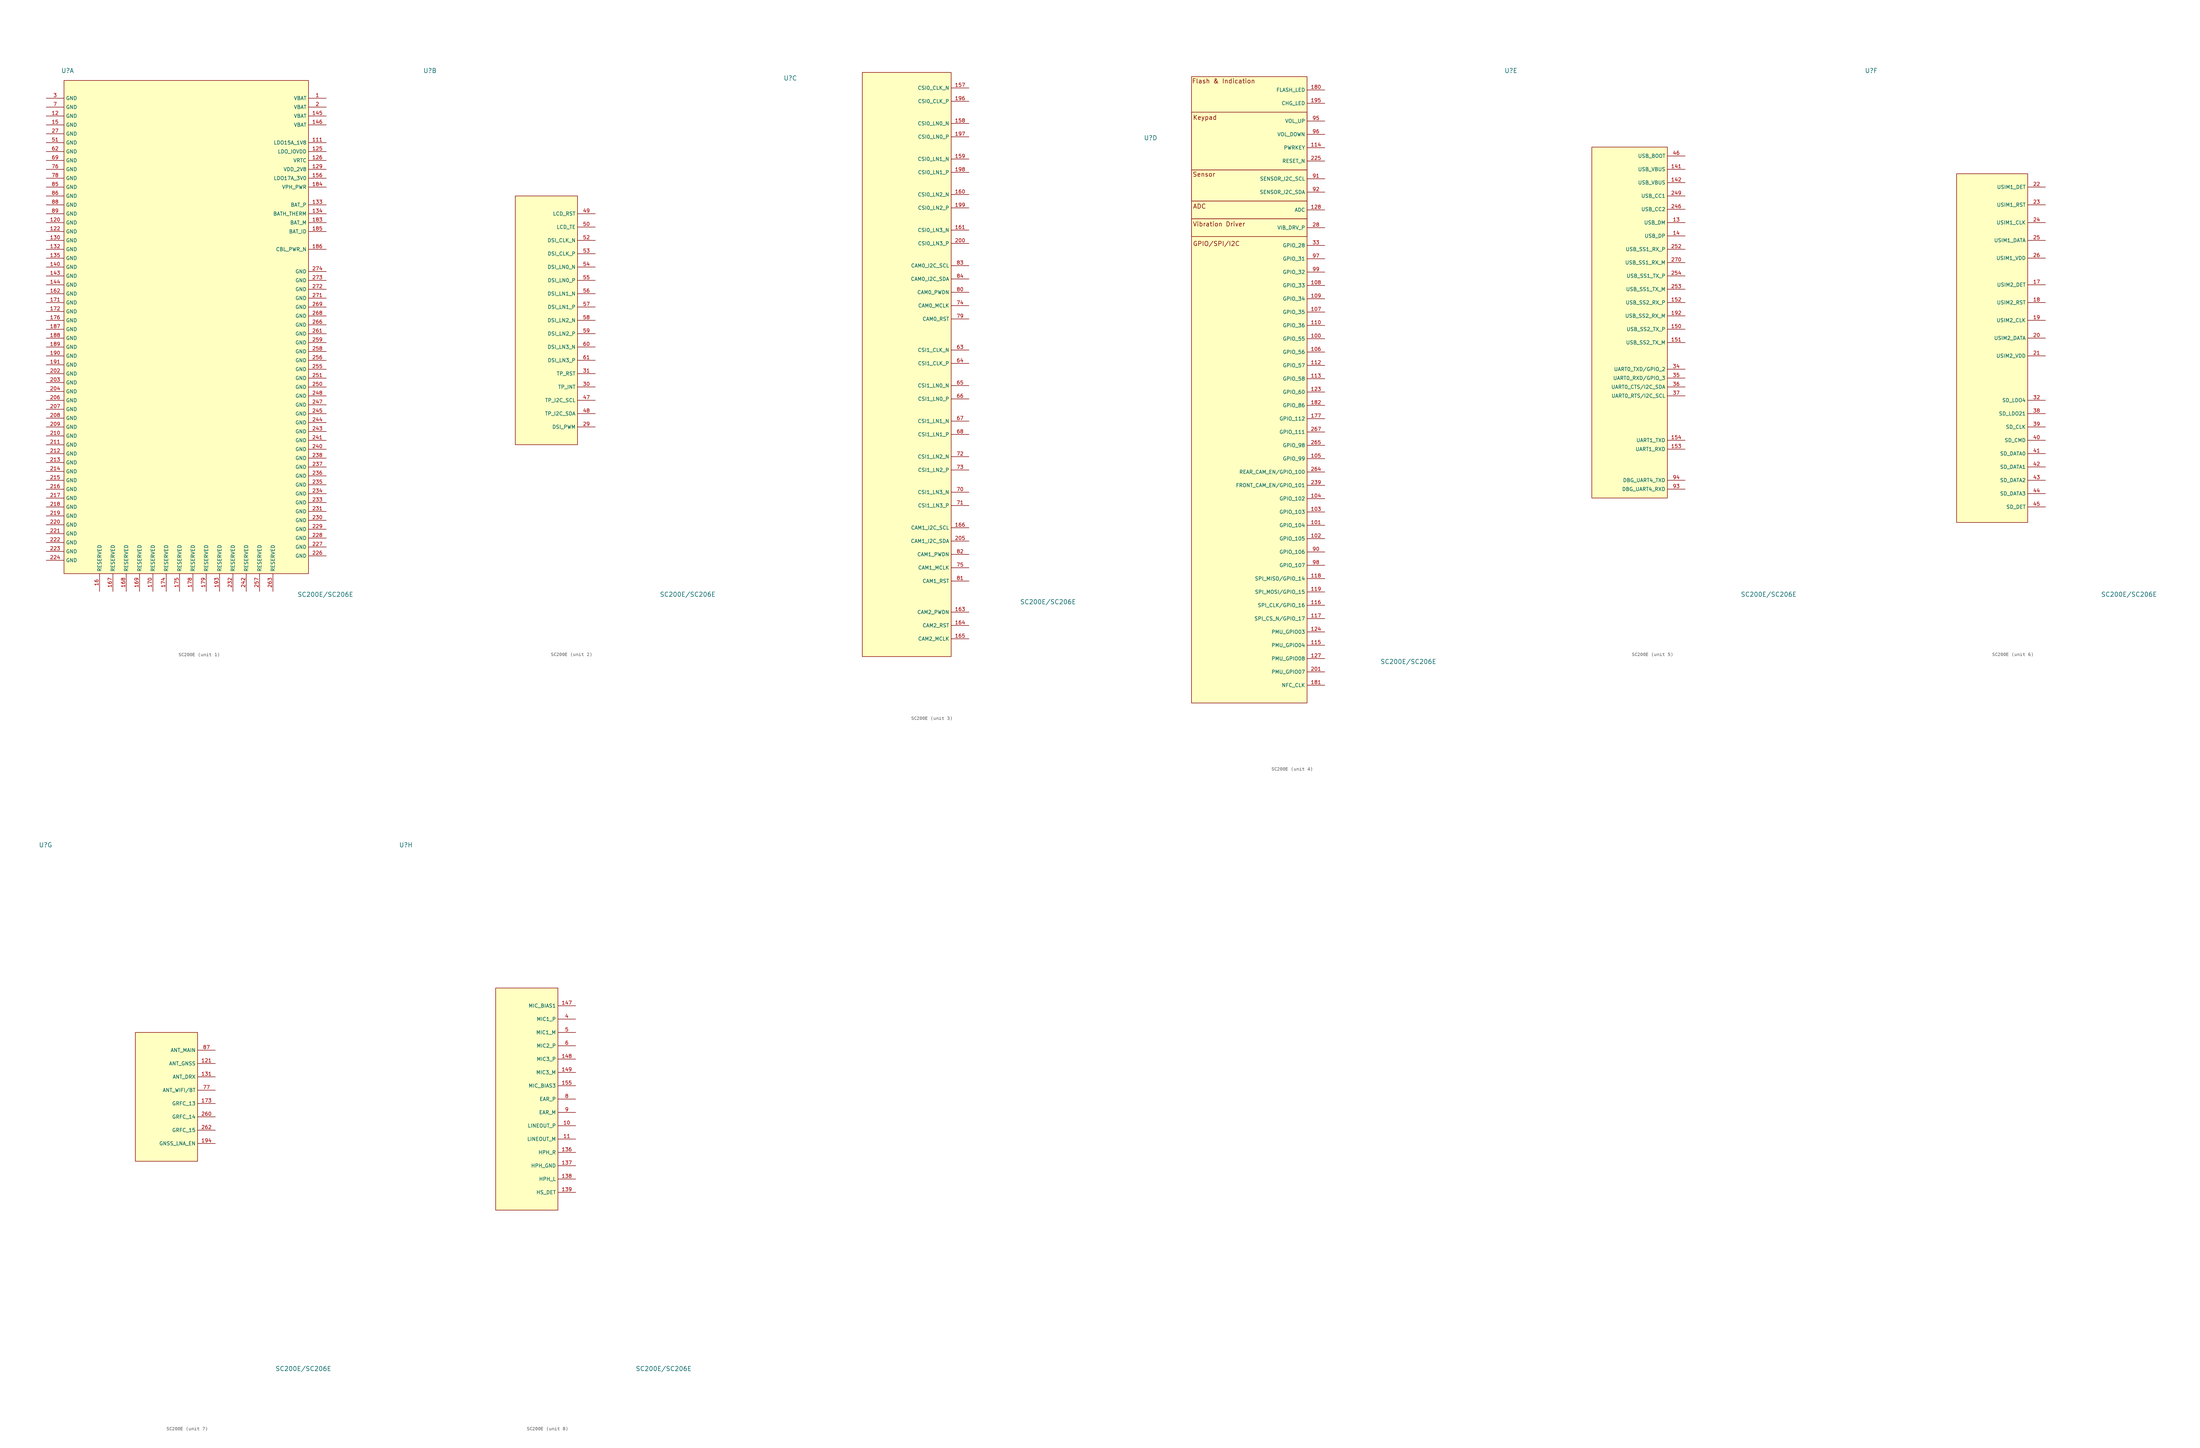
<source format=kicad_sym>
(kicad_symbol_lib
  (version 20241209)
  (generator "kicad_symbol_editor")
  (generator_version "9.0")
  (symbol "SC200E"
    (property "Reference" "U"
      (at -34.544 72.644 0)
      (effects (font (size 1.27 1.27))))
    (property "Value" "SC200E/SC206E"
      (at 39.116 -77.089 0)
      (effects (font (size 1.27 1.27))))
    (property "ki_locked" ""
      (at 0 0 0)
      (effects (font (size 1.27 1.27))))
    (symbol "SC200E_1_0"
      (unit_name "Power")
      (pin passive line (at -40.64 64.77 0) (length 5.08) (name "GND" (effects (font (size 1.016 1.016)))) (number "3" (effects (font (size 1.016 1.016)))))
      (pin passive line (at -40.64 62.23 0) (length 5.08) (name "GND" (effects (font (size 1.016 1.016)))) (number "7" (effects (font (size 1.016 1.016)))))
      (pin passive line (at -40.64 59.69 0) (length 5.08) (name "GND" (effects (font (size 1.016 1.016)))) (number "12" (effects (font (size 1.016 1.016)))))
      (pin passive line (at -40.64 57.15 0) (length 5.08) (name "GND" (effects (font (size 1.016 1.016)))) (number "15" (effects (font (size 1.016 1.016)))))
      (pin passive line (at -40.64 54.61 0) (length 5.08) (name "GND" (effects (font (size 1.016 1.016)))) (number "27" (effects (font (size 1.016 1.016)))))
      (pin passive line (at -40.64 52.07 0) (length 5.08) (name "GND" (effects (font (size 1.016 1.016)))) (number "51" (effects (font (size 1.016 1.016)))))
      (pin passive line (at -40.64 49.53 0) (length 5.08) (name "GND" (effects (font (size 1.016 1.016)))) (number "62" (effects (font (size 1.016 1.016)))))
      (pin passive line (at -40.64 46.99 0) (length 5.08) (name "GND" (effects (font (size 1.016 1.016)))) (number "69" (effects (font (size 1.016 1.016)))))
      (pin passive line (at -40.64 44.45 0) (length 5.08) (name "GND" (effects (font (size 1.016 1.016)))) (number "76" (effects (font (size 1.016 1.016)))))
      (pin passive line (at -40.64 41.91 0) (length 5.08) (name "GND" (effects (font (size 1.016 1.016)))) (number "78" (effects (font (size 1.016 1.016)))))
      (pin passive line (at -40.64 39.37 0) (length 5.08) (name "GND" (effects (font (size 1.016 1.016)))) (number "85" (effects (font (size 1.016 1.016)))))
      (pin passive line (at -40.64 36.83 0) (length 5.08) (name "GND" (effects (font (size 1.016 1.016)))) (number "86" (effects (font (size 1.016 1.016)))))
      (pin passive line (at -40.64 34.29 0) (length 5.08) (name "GND" (effects (font (size 1.016 1.016)))) (number "88" (effects (font (size 1.016 1.016)))))
      (pin passive line (at -40.64 31.75 0) (length 5.08) (name "GND" (effects (font (size 1.016 1.016)))) (number "89" (effects (font (size 1.016 1.016)))))
      (pin passive line (at -40.64 29.21 0) (length 5.08) (name "GND" (effects (font (size 1.016 1.016)))) (number "120" (effects (font (size 1.016 1.016)))))
      (pin passive line (at -40.64 26.67 0) (length 5.08) (name "GND" (effects (font (size 1.016 1.016)))) (number "122" (effects (font (size 1.016 1.016)))))
      (pin passive line (at -40.64 24.13 0) (length 5.08) (name "GND" (effects (font (size 1.016 1.016)))) (number "130" (effects (font (size 1.016 1.016)))))
      (pin passive line (at -40.64 21.59 0) (length 5.08) (name "GND" (effects (font (size 1.016 1.016)))) (number "132" (effects (font (size 1.016 1.016)))))
      (pin passive line (at -40.64 19.05 0) (length 5.08) (name "GND" (effects (font (size 1.016 1.016)))) (number "135" (effects (font (size 1.016 1.016)))))
      (pin passive line (at -40.64 16.51 0) (length 5.08) (name "GND" (effects (font (size 1.016 1.016)))) (number "140" (effects (font (size 1.016 1.016)))))
      (pin passive line (at -40.64 13.97 0) (length 5.08) (name "GND" (effects (font (size 1.016 1.016)))) (number "143" (effects (font (size 1.016 1.016)))))
      (pin passive line (at -40.64 11.43 0) (length 5.08) (name "GND" (effects (font (size 1.016 1.016)))) (number "144" (effects (font (size 1.016 1.016)))))
      (pin passive line (at -40.64 8.89 0) (length 5.08) (name "GND" (effects (font (size 1.016 1.016)))) (number "162" (effects (font (size 1.016 1.016)))))
      (pin passive line (at -40.64 6.35 0) (length 5.08) (name "GND" (effects (font (size 1.016 1.016)))) (number "171" (effects (font (size 1.016 1.016)))))
      (pin passive line (at -40.64 3.81 0) (length 5.08) (name "GND" (effects (font (size 1.016 1.016)))) (number "172" (effects (font (size 1.016 1.016)))))
      (pin passive line (at -40.64 1.27 0) (length 5.08) (name "GND" (effects (font (size 1.016 1.016)))) (number "176" (effects (font (size 1.016 1.016)))))
      (pin passive line (at -40.64 -1.27 0) (length 5.08) (name "GND" (effects (font (size 1.016 1.016)))) (number "187" (effects (font (size 1.016 1.016)))))
      (pin passive line (at -40.64 -3.81 0) (length 5.08) (name "GND" (effects (font (size 1.016 1.016)))) (number "188" (effects (font (size 1.016 1.016)))))
      (pin passive line (at -40.64 -6.35 0) (length 5.08) (name "GND" (effects (font (size 1.016 1.016)))) (number "189" (effects (font (size 1.016 1.016)))))
      (pin passive line (at -40.64 -8.89 0) (length 5.08) (name "GND" (effects (font (size 1.016 1.016)))) (number "190" (effects (font (size 1.016 1.016)))))
      (pin passive line (at -40.64 -11.43 0) (length 5.08) (name "GND" (effects (font (size 1.016 1.016)))) (number "191" (effects (font (size 1.016 1.016)))))
      (pin passive line (at -40.64 -13.97 0) (length 5.08) (name "GND" (effects (font (size 1.016 1.016)))) (number "202" (effects (font (size 1.016 1.016)))))
      (pin passive line (at -40.64 -16.51 0) (length 5.08) (name "GND" (effects (font (size 1.016 1.016)))) (number "203" (effects (font (size 1.016 1.016)))))
      (pin passive line (at -40.64 -19.05 0) (length 5.08) (name "GND" (effects (font (size 1.016 1.016)))) (number "204" (effects (font (size 1.016 1.016)))))
      (pin passive line (at -40.64 -21.59 0) (length 5.08) (name "GND" (effects (font (size 1.016 1.016)))) (number "206" (effects (font (size 1.016 1.016)))))
      (pin passive line (at -40.64 -24.13 0) (length 5.08) (name "GND" (effects (font (size 1.016 1.016)))) (number "207" (effects (font (size 1.016 1.016)))))
      (pin passive line (at -40.64 -26.67 0) (length 5.08) (name "GND" (effects (font (size 1.016 1.016)))) (number "208" (effects (font (size 1.016 1.016)))))
      (pin passive line (at -40.64 -29.21 0) (length 5.08) (name "GND" (effects (font (size 1.016 1.016)))) (number "209" (effects (font (size 1.016 1.016)))))
      (pin passive line (at -40.64 -31.75 0) (length 5.08) (name "GND" (effects (font (size 1.016 1.016)))) (number "210" (effects (font (size 1.016 1.016)))))
      (pin passive line (at -40.64 -34.29 0) (length 5.08) (name "GND" (effects (font (size 1.016 1.016)))) (number "211" (effects (font (size 1.016 1.016)))))
      (pin passive line (at -40.64 -36.83 0) (length 5.08) (name "GND" (effects (font (size 1.016 1.016)))) (number "212" (effects (font (size 1.016 1.016)))))
      (pin passive line (at -40.64 -39.37 0) (length 5.08) (name "GND" (effects (font (size 1.016 1.016)))) (number "213" (effects (font (size 1.016 1.016)))))
      (pin passive line (at -40.64 -41.91 0) (length 5.08) (name "GND" (effects (font (size 1.016 1.016)))) (number "214" (effects (font (size 1.016 1.016)))))
      (pin passive line (at -40.64 -44.45 0) (length 5.08) (name "GND" (effects (font (size 1.016 1.016)))) (number "215" (effects (font (size 1.016 1.016)))))
      (pin passive line (at -40.64 -46.99 0) (length 5.08) (name "GND" (effects (font (size 1.016 1.016)))) (number "216" (effects (font (size 1.016 1.016)))))
      (pin passive line (at -40.64 -49.53 0) (length 5.08) (name "GND" (effects (font (size 1.016 1.016)))) (number "217" (effects (font (size 1.016 1.016)))))
      (pin passive line (at -40.64 -52.07 0) (length 5.08) (name "GND" (effects (font (size 1.016 1.016)))) (number "218" (effects (font (size 1.016 1.016)))))
      (pin passive line (at -40.64 -54.61 0) (length 5.08) (name "GND" (effects (font (size 1.016 1.016)))) (number "219" (effects (font (size 1.016 1.016)))))
      (pin passive line (at -40.64 -57.15 0) (length 5.08) (name "GND" (effects (font (size 1.016 1.016)))) (number "220" (effects (font (size 1.016 1.016)))))
      (pin passive line (at -40.64 -59.69 0) (length 5.08) (name "GND" (effects (font (size 1.016 1.016)))) (number "221" (effects (font (size 1.016 1.016)))))
      (pin passive line (at -40.64 -62.23 0) (length 5.08) (name "GND" (effects (font (size 1.016 1.016)))) (number "222" (effects (font (size 1.016 1.016)))))
      (pin passive line (at -40.64 -64.77 0) (length 5.08) (name "GND" (effects (font (size 1.016 1.016)))) (number "223" (effects (font (size 1.016 1.016)))))
      (pin passive line (at -40.64 -67.31 0) (length 5.08) (name "GND" (effects (font (size 1.016 1.016)))) (number "224" (effects (font (size 1.016 1.016)))))
      (pin passive line (at -25.4 -76.2 90) (length 5.08) (name "RESERVED" (effects (font (size 1.016 1.016)))) (number "16" (effects (font (size 1.016 1.016)))))
      (pin passive line (at -21.59 -76.2 90) (length 5.08) (name "RESERVED" (effects (font (size 1.016 1.016)))) (number "167" (effects (font (size 1.016 1.016)))))
      (pin passive line (at -17.78 -76.2 90) (length 5.08) (name "RESERVED" (effects (font (size 1.016 1.016)))) (number "168" (effects (font (size 1.016 1.016)))))
      (pin passive line (at -13.97 -76.2 90) (length 5.08) (name "RESERVED" (effects (font (size 1.016 1.016)))) (number "169" (effects (font (size 1.016 1.016)))))
      (pin passive line (at -10.16 -76.2 90) (length 5.08) (name "RESERVED" (effects (font (size 1.016 1.016)))) (number "170" (effects (font (size 1.016 1.016)))))
      (pin passive line (at -6.35 -76.2 90) (length 5.08) (name "RESERVED" (effects (font (size 1.016 1.016)))) (number "174" (effects (font (size 1.016 1.016)))))
      (pin passive line (at -2.54 -76.2 90) (length 5.08) (name "RESERVED" (effects (font (size 1.016 1.016)))) (number "175" (effects (font (size 1.016 1.016)))))
      (pin passive line (at 1.27 -76.2 90) (length 5.08) (name "RESERVED" (effects (font (size 1.016 1.016)))) (number "178" (effects (font (size 1.016 1.016)))))
      (pin passive line (at 5.08 -76.2 90) (length 5.08) (name "RESERVED" (effects (font (size 1.016 1.016)))) (number "179" (effects (font (size 1.016 1.016)))))
      (pin passive line (at 8.89 -76.2 90) (length 5.08) (name "RESERVED" (effects (font (size 1.016 1.016)))) (number "193" (effects (font (size 1.016 1.016)))))
      (pin passive line (at 12.7 -76.2 90) (length 5.08) (name "RESERVED" (effects (font (size 1.016 1.016)))) (number "232" (effects (font (size 1.016 1.016)))))
      (pin passive line (at 16.51 -76.2 90) (length 5.08) (name "RESERVED" (effects (font (size 1.016 1.016)))) (number "242" (effects (font (size 1.016 1.016)))))
      (pin passive line (at 20.32 -76.2 90) (length 5.08) (name "RESERVED" (effects (font (size 1.016 1.016)))) (number "257" (effects (font (size 1.016 1.016)))))
      (pin passive line (at 24.13 -76.2 90) (length 5.08) (name "RESERVED" (effects (font (size 1.016 1.016)))) (number "263" (effects (font (size 1.016 1.016)))))
      (pin power_in line (at 39.37 64.77 180) (length 5.08) (name "VBAT" (effects (font (size 1.016 1.016)))) (number "1" (effects (font (size 1.016 1.016)))))
      (pin power_in line (at 39.37 62.23 180) (length 5.08) (name "VBAT" (effects (font (size 1.016 1.016)))) (number "2" (effects (font (size 1.016 1.016)))))
      (pin power_in line (at 39.37 59.69 180) (length 5.08) (name "VBAT" (effects (font (size 1.016 1.016)))) (number "145" (effects (font (size 1.016 1.016)))))
      (pin power_in line (at 39.37 57.15 180) (length 5.08) (name "VBAT" (effects (font (size 1.016 1.016)))) (number "146" (effects (font (size 1.016 1.016)))))
      (pin power_out line (at 39.37 52.07 180) (length 5.08) (name "LDO15A_1V8" (effects (font (size 1.016 1.016)))) (number "111" (effects (font (size 1.016 1.016)))))
      (pin power_out line (at 39.37 49.53 180) (length 5.08) (name "LDO_IOVDD" (effects (font (size 1.016 1.016)))) (number "125" (effects (font (size 1.016 1.016)))))
      (pin power_in line (at 39.37 46.99 180) (length 5.08) (name "VRTC" (effects (font (size 1.016 1.016)))) (number "126" (effects (font (size 1.016 1.016)))))
      (pin power_out line (at 39.37 44.45 180) (length 5.08) (name "VDD_2V8" (effects (font (size 1.016 1.016)))) (number "129" (effects (font (size 1.016 1.016)))))
      (pin power_out line (at 39.37 41.91 180) (length 5.08) (name "LDO17A_3V0" (effects (font (size 1.016 1.016)))) (number "156" (effects (font (size 1.016 1.016)))))
      (pin power_out line (at 39.37 39.37 180) (length 5.08) (name "VPH_PWR" (effects (font (size 1.016 1.016)))) (number "184" (effects (font (size 1.016 1.016)))))
      (pin passive line (at 39.37 34.29 180) (length 5.08) (name "BAT_P" (effects (font (size 1.016 1.016)))) (number "133" (effects (font (size 1.016 1.016)))))
      (pin input line (at 39.37 31.75 180) (length 5.08) (name "BATH_THERM" (effects (font (size 1.016 1.016)))) (number "134" (effects (font (size 1.016 1.016)))))
      (pin passive line (at 39.37 29.21 180) (length 5.08) (name "BAT_M" (effects (font (size 1.016 1.016)))) (number "183" (effects (font (size 1.016 1.016)))))
      (pin input line (at 39.37 26.67 180) (length 5.08) (name "BAT_ID" (effects (font (size 1.016 1.016)))) (number "185" (effects (font (size 1.016 1.016)))))
      (pin passive line (at 39.37 21.59 180) (length 5.08) (name "CBL_PWR_N" (effects (font (size 1.016 1.016)))) (number "186" (effects (font (size 1.016 1.016)))))
      (pin passive line (at 39.37 15.24 180) (length 5.08) (name "GND" (effects (font (size 1.016 1.016)))) (number "274" (effects (font (size 1.016 1.016)))))
      (pin passive line (at 39.37 12.7 180) (length 5.08) (name "GND" (effects (font (size 1.016 1.016)))) (number "273" (effects (font (size 1.016 1.016)))))
      (pin passive line (at 39.37 10.16 180) (length 5.08) (name "GND" (effects (font (size 1.016 1.016)))) (number "272" (effects (font (size 1.016 1.016)))))
      (pin passive line (at 39.37 7.62 180) (length 5.08) (name "GND" (effects (font (size 1.016 1.016)))) (number "271" (effects (font (size 1.016 1.016)))))
      (pin passive line (at 39.37 5.08 180) (length 5.08) (name "GND" (effects (font (size 1.016 1.016)))) (number "269" (effects (font (size 1.016 1.016)))))
      (pin passive line (at 39.37 2.54 180) (length 5.08) (name "GND" (effects (font (size 1.016 1.016)))) (number "268" (effects (font (size 1.016 1.016)))))
      (pin passive line (at 39.37 0 180) (length 5.08) (name "GND" (effects (font (size 1.016 1.016)))) (number "266" (effects (font (size 1.016 1.016)))))
      (pin passive line (at 39.37 -2.54 180) (length 5.08) (name "GND" (effects (font (size 1.016 1.016)))) (number "261" (effects (font (size 1.016 1.016)))))
      (pin passive line (at 39.37 -5.08 180) (length 5.08) (name "GND" (effects (font (size 1.016 1.016)))) (number "259" (effects (font (size 1.016 1.016)))))
      (pin passive line (at 39.37 -7.62 180) (length 5.08) (name "GND" (effects (font (size 1.016 1.016)))) (number "258" (effects (font (size 1.016 1.016)))))
      (pin passive line (at 39.37 -10.16 180) (length 5.08) (name "GND" (effects (font (size 1.016 1.016)))) (number "256" (effects (font (size 1.016 1.016)))))
      (pin passive line (at 39.37 -12.7 180) (length 5.08) (name "GND" (effects (font (size 1.016 1.016)))) (number "255" (effects (font (size 1.016 1.016)))))
      (pin passive line (at 39.37 -15.24 180) (length 5.08) (name "GND" (effects (font (size 1.016 1.016)))) (number "251" (effects (font (size 1.016 1.016)))))
      (pin passive line (at 39.37 -17.78 180) (length 5.08) (name "GND" (effects (font (size 1.016 1.016)))) (number "250" (effects (font (size 1.016 1.016)))))
      (pin passive line (at 39.37 -20.32 180) (length 5.08) (name "GND" (effects (font (size 1.016 1.016)))) (number "248" (effects (font (size 1.016 1.016)))))
      (pin passive line (at 39.37 -22.86 180) (length 5.08) (name "GND" (effects (font (size 1.016 1.016)))) (number "247" (effects (font (size 1.016 1.016)))))
      (pin passive line (at 39.37 -25.4 180) (length 5.08) (name "GND" (effects (font (size 1.016 1.016)))) (number "245" (effects (font (size 1.016 1.016)))))
      (pin passive line (at 39.37 -27.94 180) (length 5.08) (name "GND" (effects (font (size 1.016 1.016)))) (number "244" (effects (font (size 1.016 1.016)))))
      (pin passive line (at 39.37 -30.48 180) (length 5.08) (name "GND" (effects (font (size 1.016 1.016)))) (number "243" (effects (font (size 1.016 1.016)))))
      (pin passive line (at 39.37 -33.02 180) (length 5.08) (name "GND" (effects (font (size 1.016 1.016)))) (number "241" (effects (font (size 1.016 1.016)))))
      (pin passive line (at 39.37 -35.56 180) (length 5.08) (name "GND" (effects (font (size 1.016 1.016)))) (number "240" (effects (font (size 1.016 1.016)))))
      (pin passive line (at 39.37 -38.1 180) (length 5.08) (name "GND" (effects (font (size 1.016 1.016)))) (number "238" (effects (font (size 1.016 1.016)))))
      (pin passive line (at 39.37 -40.64 180) (length 5.08) (name "GND" (effects (font (size 1.016 1.016)))) (number "237" (effects (font (size 1.016 1.016)))))
      (pin passive line (at 39.37 -43.18 180) (length 5.08) (name "GND" (effects (font (size 1.016 1.016)))) (number "236" (effects (font (size 1.016 1.016)))))
      (pin passive line (at 39.37 -45.72 180) (length 5.08) (name "GND" (effects (font (size 1.016 1.016)))) (number "235" (effects (font (size 1.016 1.016)))))
      (pin passive line (at 39.37 -48.26 180) (length 5.08) (name "GND" (effects (font (size 1.016 1.016)))) (number "234" (effects (font (size 1.016 1.016)))))
      (pin passive line (at 39.37 -50.8 180) (length 5.08) (name "GND" (effects (font (size 1.016 1.016)))) (number "233" (effects (font (size 1.016 1.016)))))
      (pin passive line (at 39.37 -53.34 180) (length 5.08) (name "GND" (effects (font (size 1.016 1.016)))) (number "231" (effects (font (size 1.016 1.016)))))
      (pin passive line (at 39.37 -55.88 180) (length 5.08) (name "GND" (effects (font (size 1.016 1.016)))) (number "230" (effects (font (size 1.016 1.016)))))
      (pin passive line (at 39.37 -58.42 180) (length 5.08) (name "GND" (effects (font (size 1.016 1.016)))) (number "229" (effects (font (size 1.016 1.016)))))
      (pin passive line (at 39.37 -60.96 180) (length 5.08) (name "GND" (effects (font (size 1.016 1.016)))) (number "228" (effects (font (size 1.016 1.016)))))
      (pin passive line (at 39.37 -63.5 180) (length 5.08) (name "GND" (effects (font (size 1.016 1.016)))) (number "227" (effects (font (size 1.016 1.016)))))
      (pin passive line (at 39.37 -66.04 180) (length 5.08) (name "GND" (effects (font (size 1.016 1.016)))) (number "226" (effects (font (size 1.016 1.016))))))
    (symbol "SC200E_1_1"
      (unit_name "Power")
      (rectangle (start -35.56 69.85) (end 34.29 -71.12) (stroke (width 0) (type default)) (fill (type background))))
    (symbol "SC200E_2_1"
      (unit_name "Display")
      (rectangle (start -10.16 36.83) (end 7.62 -34.29) (stroke (width 0) (type default)) (fill (type background)))
      (pin passive line (at 12.7 31.75 180) (length 5.08) (name "LCD_RST" (effects (font (size 1.016 1.016)))) (number "49" (effects (font (size 1.016 1.016)))))
      (pin passive line (at 12.7 27.94 180) (length 5.08) (name "LCD_TE" (effects (font (size 1.016 1.016)))) (number "50" (effects (font (size 1.016 1.016)))))
      (pin passive line (at 12.7 24.13 180) (length 5.08) (name "DSI_CLK_N" (effects (font (size 1.016 1.016)))) (number "52" (effects (font (size 1.016 1.016)))))
      (pin passive line (at 12.7 20.32 180) (length 5.08) (name "DSI_CLK_P" (effects (font (size 1.016 1.016)))) (number "53" (effects (font (size 1.016 1.016)))))
      (pin passive line (at 12.7 16.51 180) (length 5.08) (name "DSI_LN0_N" (effects (font (size 1.016 1.016)))) (number "54" (effects (font (size 1.016 1.016)))))
      (pin passive line (at 12.7 12.7 180) (length 5.08) (name "DSI_LN0_P" (effects (font (size 1.016 1.016)))) (number "55" (effects (font (size 1.016 1.016)))))
      (pin passive line (at 12.7 8.89 180) (length 5.08) (name "DSI_LN1_N" (effects (font (size 1.016 1.016)))) (number "56" (effects (font (size 1.016 1.016)))))
      (pin passive line (at 12.7 5.08 180) (length 5.08) (name "DSI_LN1_P" (effects (font (size 1.016 1.016)))) (number "57" (effects (font (size 1.016 1.016)))))
      (pin passive line (at 12.7 1.27 180) (length 5.08) (name "DSI_LN2_N" (effects (font (size 1.016 1.016)))) (number "58" (effects (font (size 1.016 1.016)))))
      (pin passive line (at 12.7 -2.54 180) (length 5.08) (name "DSI_LN2_P" (effects (font (size 1.016 1.016)))) (number "59" (effects (font (size 1.016 1.016)))))
      (pin passive line (at 12.7 -6.35 180) (length 5.08) (name "DSI_LN3_N" (effects (font (size 1.016 1.016)))) (number "60" (effects (font (size 1.016 1.016)))))
      (pin passive line (at 12.7 -10.16 180) (length 5.08) (name "DSI_LN3_P" (effects (font (size 1.016 1.016)))) (number "61" (effects (font (size 1.016 1.016)))))
      (pin passive line (at 12.7 -13.97 180) (length 5.08) (name "TP_RST" (effects (font (size 1.016 1.016)))) (number "31" (effects (font (size 1.016 1.016)))))
      (pin passive line (at 12.7 -17.78 180) (length 5.08) (name "TP_INT" (effects (font (size 1.016 1.016)))) (number "30" (effects (font (size 1.016 1.016)))))
      (pin passive line (at 12.7 -21.59 180) (length 5.08) (name "TP_I2C_SCL" (effects (font (size 1.016 1.016)))) (number "47" (effects (font (size 1.016 1.016)))))
      (pin passive line (at 12.7 -25.4 180) (length 5.08) (name "TP_I2C_SDA" (effects (font (size 1.016 1.016)))) (number "48" (effects (font (size 1.016 1.016)))))
      (pin passive line (at 12.7 -29.21 180) (length 5.08) (name "DSI_PWM" (effects (font (size 1.016 1.016)))) (number "29" (effects (font (size 1.016 1.016))))))
    (symbol "SC200E_3_0"
      (unit_name "Cameras")
      (pin passive line (at 16.51 69.85 180) (length 5.08) (name "CSI0_CLK_N" (effects (font (size 1.016 1.016)))) (number "157" (effects (font (size 1.016 1.016)))))
      (pin passive line (at 16.51 66.04 180) (length 5.08) (name "CSI0_CLK_P" (effects (font (size 1.016 1.016)))) (number "196" (effects (font (size 1.016 1.016)))))
      (pin passive line (at 16.51 59.69 180) (length 5.08) (name "CSI0_LN0_N" (effects (font (size 1.016 1.016)))) (number "158" (effects (font (size 1.016 1.016)))))
      (pin passive line (at 16.51 55.88 180) (length 5.08) (name "CSI0_LN0_P" (effects (font (size 1.016 1.016)))) (number "197" (effects (font (size 1.016 1.016)))))
      (pin passive line (at 16.51 49.53 180) (length 5.08) (name "CSI0_LN1_N" (effects (font (size 1.016 1.016)))) (number "159" (effects (font (size 1.016 1.016)))))
      (pin passive line (at 16.51 45.72 180) (length 5.08) (name "CSI0_LN1_P" (effects (font (size 1.016 1.016)))) (number "198" (effects (font (size 1.016 1.016)))))
      (pin passive line (at 16.51 39.37 180) (length 5.08) (name "CSI0_LN2_N" (effects (font (size 1.016 1.016)))) (number "160" (effects (font (size 1.016 1.016)))))
      (pin passive line (at 16.51 35.56 180) (length 5.08) (name "CSI0_LN2_P" (effects (font (size 1.016 1.016)))) (number "199" (effects (font (size 1.016 1.016)))))
      (pin passive line (at 16.51 29.21 180) (length 5.08) (name "CSI0_LN3_N" (effects (font (size 1.016 1.016)))) (number "161" (effects (font (size 1.016 1.016)))))
      (pin passive line (at 16.51 25.4 180) (length 5.08) (name "CSI0_LN3_P" (effects (font (size 1.016 1.016)))) (number "200" (effects (font (size 1.016 1.016)))))
      (pin passive line (at 16.51 19.05 180) (length 5.08) (name "CAM0_I2C_SCL" (effects (font (size 1.016 1.016)))) (number "83" (effects (font (size 1.016 1.016)))))
      (pin passive line (at 16.51 15.24 180) (length 5.08) (name "CAM0_I2C_SDA" (effects (font (size 1.016 1.016)))) (number "84" (effects (font (size 1.016 1.016)))))
      (pin passive line (at 16.51 11.43 180) (length 5.08) (name "CAM0_PWDN" (effects (font (size 1.016 1.016)))) (number "80" (effects (font (size 1.016 1.016)))))
      (pin passive line (at 16.51 7.62 180) (length 5.08) (name "CAM0_MCLK" (effects (font (size 1.016 1.016)))) (number "74" (effects (font (size 1.016 1.016)))))
      (pin passive line (at 16.51 3.81 180) (length 5.08) (name "CAM0_RST" (effects (font (size 1.016 1.016)))) (number "79" (effects (font (size 1.016 1.016)))))
      (pin passive line (at 16.51 -5.08 180) (length 5.08) (name "CSI1_CLK_N" (effects (font (size 1.016 1.016)))) (number "63" (effects (font (size 1.016 1.016)))))
      (pin passive line (at 16.51 -8.89 180) (length 5.08) (name "CSI1_CLK_P" (effects (font (size 1.016 1.016)))) (number "64" (effects (font (size 1.016 1.016)))))
      (pin passive line (at 16.51 -15.24 180) (length 5.08) (name "CSI1_LN0_N" (effects (font (size 1.016 1.016)))) (number "65" (effects (font (size 1.016 1.016)))))
      (pin passive line (at 16.51 -19.05 180) (length 5.08) (name "CSI1_LN0_P" (effects (font (size 1.016 1.016)))) (number "66" (effects (font (size 1.016 1.016)))))
      (pin passive line (at 16.51 -25.4 180) (length 5.08) (name "CSI1_LN1_N" (effects (font (size 1.016 1.016)))) (number "67" (effects (font (size 1.016 1.016)))))
      (pin passive line (at 16.51 -29.21 180) (length 5.08) (name "CSI1_LN1_P" (effects (font (size 1.016 1.016)))) (number "68" (effects (font (size 1.016 1.016)))))
      (pin passive line (at 16.51 -35.56 180) (length 5.08) (name "CSI1_LN2_N" (effects (font (size 1.016 1.016)))) (number "72" (effects (font (size 1.016 1.016)))))
      (pin passive line (at 16.51 -39.37 180) (length 5.08) (name "CSI1_LN2_P" (effects (font (size 1.016 1.016)))) (number "73" (effects (font (size 1.016 1.016)))))
      (pin passive line (at 16.51 -45.72 180) (length 5.08) (name "CSI1_LN3_N" (effects (font (size 1.016 1.016)))) (number "70" (effects (font (size 1.016 1.016)))))
      (pin passive line (at 16.51 -49.53 180) (length 5.08) (name "CSI1_LN3_P" (effects (font (size 1.016 1.016)))) (number "71" (effects (font (size 1.016 1.016)))))
      (pin passive line (at 16.51 -55.88 180) (length 5.08) (name "CAM1_I2C_SCL" (effects (font (size 1.016 1.016)))) (number "166" (effects (font (size 1.016 1.016)))))
      (pin passive line (at 16.51 -59.69 180) (length 5.08) (name "CAM1_I2C_SDA" (effects (font (size 1.016 1.016)))) (number "205" (effects (font (size 1.016 1.016)))))
      (pin passive line (at 16.51 -63.5 180) (length 5.08) (name "CAM1_PWDN" (effects (font (size 1.016 1.016)))) (number "82" (effects (font (size 1.016 1.016)))))
      (pin passive line (at 16.51 -67.31 180) (length 5.08) (name "CAM1_MCLK" (effects (font (size 1.016 1.016)))) (number "75" (effects (font (size 1.016 1.016)))))
      (pin passive line (at 16.51 -71.12 180) (length 5.08) (name "CAM1_RST" (effects (font (size 1.016 1.016)))) (number "81" (effects (font (size 1.016 1.016)))))
      (pin passive line (at 16.51 -80.01 180) (length 5.08) (name "CAM2_PWDN" (effects (font (size 1.016 1.016)))) (number "163" (effects (font (size 1.016 1.016)))))
      (pin passive line (at 16.51 -83.82 180) (length 5.08) (name "CAM2_RST" (effects (font (size 1.016 1.016)))) (number "164" (effects (font (size 1.016 1.016)))))
      (pin passive line (at 16.51 -87.63 180) (length 5.08) (name "CAM2_MCLK" (effects (font (size 1.016 1.016)))) (number "165" (effects (font (size 1.016 1.016))))))
    (symbol "SC200E_3_1"
      (unit_name "Cameras")
      (rectangle (start -13.97 74.295) (end 11.43 -92.71) (stroke (width 0) (type default)) (fill (type background))))
    (symbol "SC200E_4_0"
      (unit_name "Interfaces")
      (pin passive line (at 15.24 86.36 180) (length 5.08) (name "FLASH_LED" (effects (font (size 1.016 1.016)))) (number "180" (effects (font (size 1.016 1.016)))))
      (pin passive line (at 15.24 82.55 180) (length 5.08) (name "CHG_LED" (effects (font (size 1.016 1.016)))) (number "195" (effects (font (size 1.016 1.016)))))
      (pin passive line (at 15.24 77.47 180) (length 5.08) (name "VOL_UP" (effects (font (size 1.016 1.016)))) (number "95" (effects (font (size 1.016 1.016)))))
      (pin passive line (at 15.24 73.66 180) (length 5.08) (name "VOL_DOWN" (effects (font (size 1.016 1.016)))) (number "96" (effects (font (size 1.016 1.016)))))
      (pin passive line (at 15.24 69.85 180) (length 5.08) (name "PWRKEY" (effects (font (size 1.016 1.016)))) (number "114" (effects (font (size 1.016 1.016)))))
      (pin passive line (at 15.24 66.04 180) (length 5.08) (name "RESET_N" (effects (font (size 1.016 1.016)))) (number "225" (effects (font (size 1.016 1.016))))))
    (symbol "SC200E_4_1"
      (unit_name "Interfaces")
      (rectangle (start -22.86 90.17) (end 10.16 -88.9) (stroke (width 0) (type default)) (fill (type background)))
      (rectangle (start -22.86 80.01) (end 10.16 63.5) (stroke (width 0) (type default)) (fill (type none)))
      (rectangle (start 10.16 63.5) (end -22.86 54.61) (stroke (width 0) (type default)) (fill (type none)))
      (rectangle (start 10.16 54.61) (end -22.86 49.53) (stroke (width 0) (type default)) (fill (type none)))
      (rectangle (start 10.16 49.53) (end -22.86 44.45) (stroke (width 0) (type default)) (fill (type none)))
      (text "ADC" (at -20.574 53.086 0) (effects (font (size 1.27 1.27))))
      (text "Sensor " (at -18.796 62.23 0) (effects (font (size 1.27 1.27))))
      (text "Keypad " (at -18.542 78.486 0) (effects (font (size 1.27 1.27))))
      (text "GPIO/SPI/I2C" (at -15.748 42.418 0) (effects (font (size 1.27 1.27))))
      (text "Vibration Driver" (at -14.986 48.006 0) (effects (font (size 1.27 1.27))))
      (text "Flash & Indication " (at -13.208 88.9 0) (effects (font (size 1.27 1.27))))
      (pin passive line (at 15.24 60.96 180) (length 5.08) (name "SENSOR_I2C_SCL" (effects (font (size 1.016 1.016)))) (number "91" (effects (font (size 1.016 1.016)))))
      (pin passive line (at 15.24 57.15 180) (length 5.08) (name "SENSOR_I2C_SDA" (effects (font (size 1.016 1.016)))) (number "92" (effects (font (size 1.016 1.016)))))
      (pin passive line (at 15.24 52.07 180) (length 5.08) (name "ADC" (effects (font (size 1.016 1.016)))) (number "128" (effects (font (size 1.016 1.016)))))
      (pin passive line (at 15.24 46.99 180) (length 5.08) (name "VIB_DRV_P" (effects (font (size 1.016 1.016)))) (number "28" (effects (font (size 1.016 1.016)))))
      (pin passive line (at 15.24 41.91 180) (length 5.08) (name "GPIO_28" (effects (font (size 1.016 1.016)))) (number "33" (effects (font (size 1.016 1.016)))))
      (pin passive line (at 15.24 38.1 180) (length 5.08) (name "GPIO_31" (effects (font (size 1.016 1.016)))) (number "97" (effects (font (size 1.016 1.016)))))
      (pin passive line (at 15.24 34.29 180) (length 5.08) (name "GPIO_32" (effects (font (size 1.016 1.016)))) (number "99" (effects (font (size 1.016 1.016)))))
      (pin passive line (at 15.24 30.48 180) (length 5.08) (name "GPIO_33" (effects (font (size 1.016 1.016)))) (number "108" (effects (font (size 1.016 1.016)))))
      (pin passive line (at 15.24 26.67 180) (length 5.08) (name "GPIO_34" (effects (font (size 1.016 1.016)))) (number "109" (effects (font (size 1.016 1.016)))))
      (pin passive line (at 15.24 22.86 180) (length 5.08) (name "GPIO_35" (effects (font (size 1.016 1.016)))) (number "107" (effects (font (size 1.016 1.016)))))
      (pin passive line (at 15.24 19.05 180) (length 5.08) (name "GPIO_36" (effects (font (size 1.016 1.016)))) (number "110" (effects (font (size 1.016 1.016)))))
      (pin passive line (at 15.24 15.24 180) (length 5.08) (name "GPIO_55" (effects (font (size 1.016 1.016)))) (number "100" (effects (font (size 1.016 1.016)))))
      (pin passive line (at 15.24 11.43 180) (length 5.08) (name "GPIO_56" (effects (font (size 1.016 1.016)))) (number "106" (effects (font (size 1.016 1.016)))))
      (pin passive line (at 15.24 7.62 180) (length 5.08) (name "GPIO_57" (effects (font (size 1.016 1.016)))) (number "112" (effects (font (size 1.016 1.016)))))
      (pin passive line (at 15.24 3.81 180) (length 5.08) (name "GPIO_58" (effects (font (size 1.016 1.016)))) (number "113" (effects (font (size 1.016 1.016)))))
      (pin passive line (at 15.24 0 180) (length 5.08) (name "GPIO_60" (effects (font (size 1.016 1.016)))) (number "123" (effects (font (size 1.016 1.016)))))
      (pin passive line (at 15.24 -3.81 180) (length 5.08) (name "GPIO_86" (effects (font (size 1.016 1.016)))) (number "182" (effects (font (size 1.016 1.016)))))
      (pin passive line (at 15.24 -7.62 180) (length 5.08) (name "GPIO_112" (effects (font (size 1.016 1.016)))) (number "177" (effects (font (size 1.016 1.016)))))
      (pin passive line (at 15.24 -11.43 180) (length 5.08) (name "GPIO_111" (effects (font (size 1.016 1.016)))) (number "267" (effects (font (size 1.016 1.016)))))
      (pin passive line (at 15.24 -15.24 180) (length 5.08) (name "GPIO_98" (effects (font (size 1.016 1.016)))) (number "265" (effects (font (size 1.016 1.016)))))
      (pin passive line (at 15.24 -19.05 180) (length 5.08) (name "GPIO_99" (effects (font (size 1.016 1.016)))) (number "105" (effects (font (size 1.016 1.016)))))
      (pin passive line (at 15.24 -22.86 180) (length 5.08) (name "REAR_CAM_EN/GPIO_100" (effects (font (size 1.016 1.016)))) (number "264" (effects (font (size 1.016 1.016)))))
      (pin passive line (at 15.24 -26.67 180) (length 5.08) (name "FRONT_CAM_EN/GPIO_101" (effects (font (size 1.016 1.016)))) (number "239" (effects (font (size 1.016 1.016)))))
      (pin passive line (at 15.24 -30.48 180) (length 5.08) (name "GPIO_102" (effects (font (size 1.016 1.016)))) (number "104" (effects (font (size 1.016 1.016)))))
      (pin passive line (at 15.24 -34.29 180) (length 5.08) (name "GPIO_103" (effects (font (size 1.016 1.016)))) (number "103" (effects (font (size 1.016 1.016)))))
      (pin passive line (at 15.24 -38.1 180) (length 5.08) (name "GPIO_104" (effects (font (size 1.016 1.016)))) (number "101" (effects (font (size 1.016 1.016)))))
      (pin passive line (at 15.24 -41.91 180) (length 5.08) (name "GPIO_105" (effects (font (size 1.016 1.016)))) (number "102" (effects (font (size 1.016 1.016)))))
      (pin passive line (at 15.24 -45.72 180) (length 5.08) (name "GPIO_106" (effects (font (size 1.016 1.016)))) (number "90" (effects (font (size 1.016 1.016)))))
      (pin passive line (at 15.24 -49.53 180) (length 5.08) (name "GPIO_107" (effects (font (size 1.016 1.016)))) (number "98" (effects (font (size 1.016 1.016)))))
      (pin passive line (at 15.24 -53.34 180) (length 5.08) (name "SPI_MISO/GPIO_14" (effects (font (size 1.016 1.016)))) (number "118" (effects (font (size 1.016 1.016)))))
      (pin passive line (at 15.24 -57.15 180) (length 5.08) (name "SPI_MOSI/GPIO_15" (effects (font (size 1.016 1.016)))) (number "119" (effects (font (size 1.016 1.016)))))
      (pin passive line (at 15.24 -60.96 180) (length 5.08) (name "SPI_CLK/GPIO_16" (effects (font (size 1.016 1.016)))) (number "116" (effects (font (size 1.016 1.016)))))
      (pin passive line (at 15.24 -64.77 180) (length 5.08) (name "SPI_CS_N/GPIO_17" (effects (font (size 1.016 1.016)))) (number "117" (effects (font (size 1.016 1.016)))))
      (pin passive line (at 15.24 -68.58 180) (length 5.08) (name "PMU_GPIO03" (effects (font (size 1.016 1.016)))) (number "124" (effects (font (size 1.016 1.016)))))
      (pin passive line (at 15.24 -72.39 180) (length 5.08) (name "PMU_GPIO04" (effects (font (size 1.016 1.016)))) (number "115" (effects (font (size 1.016 1.016)))))
      (pin passive line (at 15.24 -76.2 180) (length 5.08) (name "PMU_GPIO08" (effects (font (size 1.016 1.016)))) (number "127" (effects (font (size 1.016 1.016)))))
      (pin passive line (at 15.24 -80.01 180) (length 5.08) (name "PMU_GPIO07" (effects (font (size 1.016 1.016)))) (number "201" (effects (font (size 1.016 1.016)))))
      (pin passive line (at 15.24 -83.82 180) (length 5.08) (name "NFC_CLK" (effects (font (size 1.016 1.016)))) (number "181" (effects (font (size 1.016 1.016))))))
    (symbol "SC200E_5_1"
      (unit_name "USB_UARTs")
      (rectangle (start -11.43 50.8) (end 10.16 -49.53) (stroke (width 0) (type default)) (fill (type background)))
      (pin passive line (at 15.24 48.26 180) (length 5.08) (name "USB_BOOT" (effects (font (size 1.016 1.016)))) (number "46" (effects (font (size 1.016 1.016)))))
      (pin passive line (at 15.24 44.45 180) (length 5.08) (name "USB_VBUS" (effects (font (size 1.016 1.016)))) (number "141" (effects (font (size 1.016 1.016)))))
      (pin passive line (at 15.24 40.64 180) (length 5.08) (name "USB_VBUS" (effects (font (size 1.016 1.016)))) (number "142" (effects (font (size 1.016 1.016)))))
      (pin passive line (at 15.24 36.83 180) (length 5.08) (name "USB_CC1" (effects (font (size 1.016 1.016)))) (number "249" (effects (font (size 1.016 1.016)))))
      (pin passive line (at 15.24 33.02 180) (length 5.08) (name "USB_CC2" (effects (font (size 1.016 1.016)))) (number "246" (effects (font (size 1.016 1.016)))))
      (pin passive line (at 15.24 29.21 180) (length 5.08) (name "USB_DM" (effects (font (size 1.016 1.016)))) (number "13" (effects (font (size 1.016 1.016)))))
      (pin passive line (at 15.24 25.4 180) (length 5.08) (name "USB_DP" (effects (font (size 1.016 1.016)))) (number "14" (effects (font (size 1.016 1.016)))))
      (pin passive line (at 15.24 21.59 180) (length 5.08) (name "USB_SS1_RX_P" (effects (font (size 1.016 1.016)))) (number "252" (effects (font (size 1.016 1.016)))))
      (pin passive line (at 15.24 17.78 180) (length 5.08) (name "USB_SS1_RX_M" (effects (font (size 1.016 1.016)))) (number "270" (effects (font (size 1.016 1.016)))))
      (pin passive line (at 15.24 13.97 180) (length 5.08) (name "USB_SS1_TX_P" (effects (font (size 1.016 1.016)))) (number "254" (effects (font (size 1.016 1.016)))))
      (pin passive line (at 15.24 10.16 180) (length 5.08) (name "USB_SS1_TX_M" (effects (font (size 1.016 1.016)))) (number "253" (effects (font (size 1.016 1.016)))))
      (pin passive line (at 15.24 6.35 180) (length 5.08) (name "USB_SS2_RX_P" (effects (font (size 1.016 1.016)))) (number "152" (effects (font (size 1.016 1.016)))))
      (pin passive line (at 15.24 2.54 180) (length 5.08) (name "USB_SS2_RX_M" (effects (font (size 1.016 1.016)))) (number "192" (effects (font (size 1.016 1.016)))))
      (pin passive line (at 15.24 -1.27 180) (length 5.08) (name "USB_SS2_TX_P" (effects (font (size 1.016 1.016)))) (number "150" (effects (font (size 1.016 1.016)))))
      (pin passive line (at 15.24 -5.08 180) (length 5.08) (name "USB_SS2_TX_M" (effects (font (size 1.016 1.016)))) (number "151" (effects (font (size 1.016 1.016)))))
      (pin passive line (at 15.24 -12.7 180) (length 5.08) (name "UART0_TXD/GPIO_2" (effects (font (size 1.016 1.016)))) (number "34" (effects (font (size 1.016 1.016)))))
      (pin passive line (at 15.24 -15.24 180) (length 5.08) (name "UART0_RXD/GPIO_3" (effects (font (size 1.016 1.016)))) (number "35" (effects (font (size 1.016 1.016)))))
      (pin passive line (at 15.24 -17.78 180) (length 5.08) (name "UART0_CTS/I2C_SDA" (effects (font (size 1.016 1.016)))) (number "36" (effects (font (size 1.016 1.016)))))
      (pin passive line (at 15.24 -20.32 180) (length 5.08) (name "UART0_RTS/I2C_SCL" (effects (font (size 1.016 1.016)))) (number "37" (effects (font (size 1.016 1.016)))))
      (pin passive line (at 15.24 -33.02 180) (length 5.08) (name "UART1_TXD" (effects (font (size 1.016 1.016)))) (number "154" (effects (font (size 1.016 1.016)))))
      (pin passive line (at 15.24 -35.56 180) (length 5.08) (name "UART1_RXD" (effects (font (size 1.016 1.016)))) (number "153" (effects (font (size 1.016 1.016)))))
      (pin passive line (at 15.24 -44.45 180) (length 5.08) (name "DBG_UART4_TXD" (effects (font (size 1.016 1.016)))) (number "94" (effects (font (size 1.016 1.016)))))
      (pin passive line (at 15.24 -46.99 180) (length 5.08) (name "DBG_UART4_RXD" (effects (font (size 1.016 1.016)))) (number "93" (effects (font (size 1.016 1.016))))))
    (symbol "SC200E_6_1"
      (unit_name "SIM_SD_Cards")
      (rectangle (start -10.16 43.18) (end 10.16 -56.515) (stroke (width 0) (type default)) (fill (type background)))
      (pin passive line (at 15.24 39.37 180) (length 5.08) (name "USIM1_DET" (effects (font (size 1.016 1.016)))) (number "22" (effects (font (size 1.016 1.016)))))
      (pin passive line (at 15.24 34.29 180) (length 5.08) (name "USIM1_RST" (effects (font (size 1.016 1.016)))) (number "23" (effects (font (size 1.016 1.016)))))
      (pin passive line (at 15.24 29.21 180) (length 5.08) (name "USIM1_CLK" (effects (font (size 1.016 1.016)))) (number "24" (effects (font (size 1.016 1.016)))))
      (pin passive line (at 15.24 24.13 180) (length 5.08) (name "USIM1_DATA" (effects (font (size 1.016 1.016)))) (number "25" (effects (font (size 1.016 1.016)))))
      (pin passive line (at 15.24 19.05 180) (length 5.08) (name "USIM1_VDD" (effects (font (size 1.016 1.016)))) (number "26" (effects (font (size 1.016 1.016)))))
      (pin passive line (at 15.24 11.43 180) (length 5.08) (name "USIM2_DET" (effects (font (size 1.016 1.016)))) (number "17" (effects (font (size 1.016 1.016)))))
      (pin passive line (at 15.24 6.35 180) (length 5.08) (name "USIM2_RST" (effects (font (size 1.016 1.016)))) (number "18" (effects (font (size 1.016 1.016)))))
      (pin passive line (at 15.24 1.27 180) (length 5.08) (name "USIM2_CLK" (effects (font (size 1.016 1.016)))) (number "19" (effects (font (size 1.016 1.016)))))
      (pin passive line (at 15.24 -3.81 180) (length 5.08) (name "USIM2_DATA" (effects (font (size 1.016 1.016)))) (number "20" (effects (font (size 1.016 1.016)))))
      (pin passive line (at 15.24 -8.89 180) (length 5.08) (name "USIM2_VDD" (effects (font (size 1.016 1.016)))) (number "21" (effects (font (size 1.016 1.016)))))
      (pin power_out line (at 15.24 -21.59 180) (length 5.08) (name "SD_LDO4" (effects (font (size 1.016 1.016)))) (number "32" (effects (font (size 1.016 1.016)))))
      (pin power_out line (at 15.24 -25.4 180) (length 5.08) (name "SD_LDO21" (effects (font (size 1.016 1.016)))) (number "38" (effects (font (size 1.016 1.016)))))
      (pin passive line (at 15.24 -29.21 180) (length 5.08) (name "SD_CLK" (effects (font (size 1.016 1.016)))) (number "39" (effects (font (size 1.016 1.016)))))
      (pin passive line (at 15.24 -33.02 180) (length 5.08) (name "SD_CMD" (effects (font (size 1.016 1.016)))) (number "40" (effects (font (size 1.016 1.016)))))
      (pin passive line (at 15.24 -36.83 180) (length 5.08) (name "SD_DATA0" (effects (font (size 1.016 1.016)))) (number "41" (effects (font (size 1.016 1.016)))))
      (pin passive line (at 15.24 -40.64 180) (length 5.08) (name "SD_DATA1" (effects (font (size 1.016 1.016)))) (number "42" (effects (font (size 1.016 1.016)))))
      (pin passive line (at 15.24 -44.45 180) (length 5.08) (name "SD_DATA2" (effects (font (size 1.016 1.016)))) (number "43" (effects (font (size 1.016 1.016)))))
      (pin passive line (at 15.24 -48.26 180) (length 5.08) (name "SD_DATA3" (effects (font (size 1.016 1.016)))) (number "44" (effects (font (size 1.016 1.016)))))
      (pin passive line (at 15.24 -52.07 180) (length 5.08) (name "SD_DET" (effects (font (size 1.016 1.016)))) (number "45" (effects (font (size 1.016 1.016))))))
    (symbol "SC200E_7_1"
      (unit_name "Antennas")
      (rectangle (start -8.89 19.05) (end 8.89 -17.78) (stroke (width 0) (type default)) (fill (type background)))
      (pin passive line (at 13.97 13.97 180) (length 5.08) (name "ANT_MAIN" (effects (font (size 1.016 1.016)))) (number "87" (effects (font (size 1.016 1.016)))))
      (pin passive line (at 13.97 10.16 180) (length 5.08) (name "ANT_GNSS" (effects (font (size 1.016 1.016)))) (number "121" (effects (font (size 1.016 1.016)))))
      (pin passive line (at 13.97 6.35 180) (length 5.08) (name "ANT_DRX" (effects (font (size 1.016 1.016)))) (number "131" (effects (font (size 1.016 1.016)))))
      (pin passive line (at 13.97 2.54 180) (length 5.08) (name "ANT_WIFI/BT" (effects (font (size 1.016 1.016)))) (number "77" (effects (font (size 1.016 1.016)))))
      (pin passive line (at 13.97 -1.27 180) (length 5.08) (name "GRFC_13" (effects (font (size 1.016 1.016)))) (number "173" (effects (font (size 1.016 1.016)))))
      (pin passive line (at 13.97 -5.08 180) (length 5.08) (name "GRFC_14" (effects (font (size 1.016 1.016)))) (number "260" (effects (font (size 1.016 1.016)))))
      (pin passive line (at 13.97 -8.89 180) (length 5.08) (name "GRFC_15" (effects (font (size 1.016 1.016)))) (number "262" (effects (font (size 1.016 1.016)))))
      (pin passive line (at 13.97 -12.7 180) (length 5.08) (name "GNSS_LNA_EN" (effects (font (size 1.016 1.016)))) (number "194" (effects (font (size 1.016 1.016))))))
    (symbol "SC200E_8_1"
      (unit_name "Audio")
      (rectangle (start -8.89 31.75) (end 8.89 -31.75) (stroke (width 0) (type default)) (fill (type background)))
      (pin passive line (at 13.97 26.67 180) (length 5.08) (name "MIC_BIAS1" (effects (font (size 1.016 1.016)))) (number "147" (effects (font (size 1.016 1.016)))))
      (pin passive line (at 13.97 22.86 180) (length 5.08) (name "MIC1_P" (effects (font (size 1.016 1.016)))) (number "4" (effects (font (size 1.016 1.016)))))
      (pin passive line (at 13.97 19.05 180) (length 5.08) (name "MIC1_M" (effects (font (size 1.016 1.016)))) (number "5" (effects (font (size 1.016 1.016)))))
      (pin passive line (at 13.97 15.24 180) (length 5.08) (name "MIC2_P" (effects (font (size 1.016 1.016)))) (number "6" (effects (font (size 1.016 1.016)))))
      (pin passive line (at 13.97 11.43 180) (length 5.08) (name "MIC3_P" (effects (font (size 1.016 1.016)))) (number "148" (effects (font (size 1.016 1.016)))))
      (pin passive line (at 13.97 7.62 180) (length 5.08) (name "MIC3_M" (effects (font (size 1.016 1.016)))) (number "149" (effects (font (size 1.016 1.016)))))
      (pin passive line (at 13.97 3.81 180) (length 5.08) (name "MIC_BIAS3" (effects (font (size 1.016 1.016)))) (number "155" (effects (font (size 1.016 1.016)))))
      (pin passive line (at 13.97 0 180) (length 5.08) (name "EAR_P" (effects (font (size 1.016 1.016)))) (number "8" (effects (font (size 1.016 1.016)))))
      (pin passive line (at 13.97 -3.81 180) (length 5.08) (name "EAR_M" (effects (font (size 1.016 1.016)))) (number "9" (effects (font (size 1.016 1.016)))))
      (pin passive line (at 13.97 -7.62 180) (length 5.08) (name "LINEOUT_P" (effects (font (size 1.016 1.016)))) (number "10" (effects (font (size 1.016 1.016)))))
      (pin passive line (at 13.97 -11.43 180) (length 5.08) (name "LINEOUT_M" (effects (font (size 1.016 1.016)))) (number "11" (effects (font (size 1.016 1.016)))))
      (pin passive line (at 13.97 -15.24 180) (length 5.08) (name "HPH_R" (effects (font (size 1.016 1.016)))) (number "136" (effects (font (size 1.016 1.016)))))
      (pin passive line (at 13.97 -19.05 180) (length 5.08) (name "HPH_GND" (effects (font (size 1.016 1.016)))) (number "137" (effects (font (size 1.016 1.016)))))
      (pin passive line (at 13.97 -22.86 180) (length 5.08) (name "HPH_L" (effects (font (size 1.016 1.016)))) (number "138" (effects (font (size 1.016 1.016)))))
      (pin passive line (at 13.97 -26.67 180) (length 5.08) (name "HS_DET" (effects (font (size 1.016 1.016)))) (number "139" (effects (font (size 1.016 1.016))))))))
</source>
